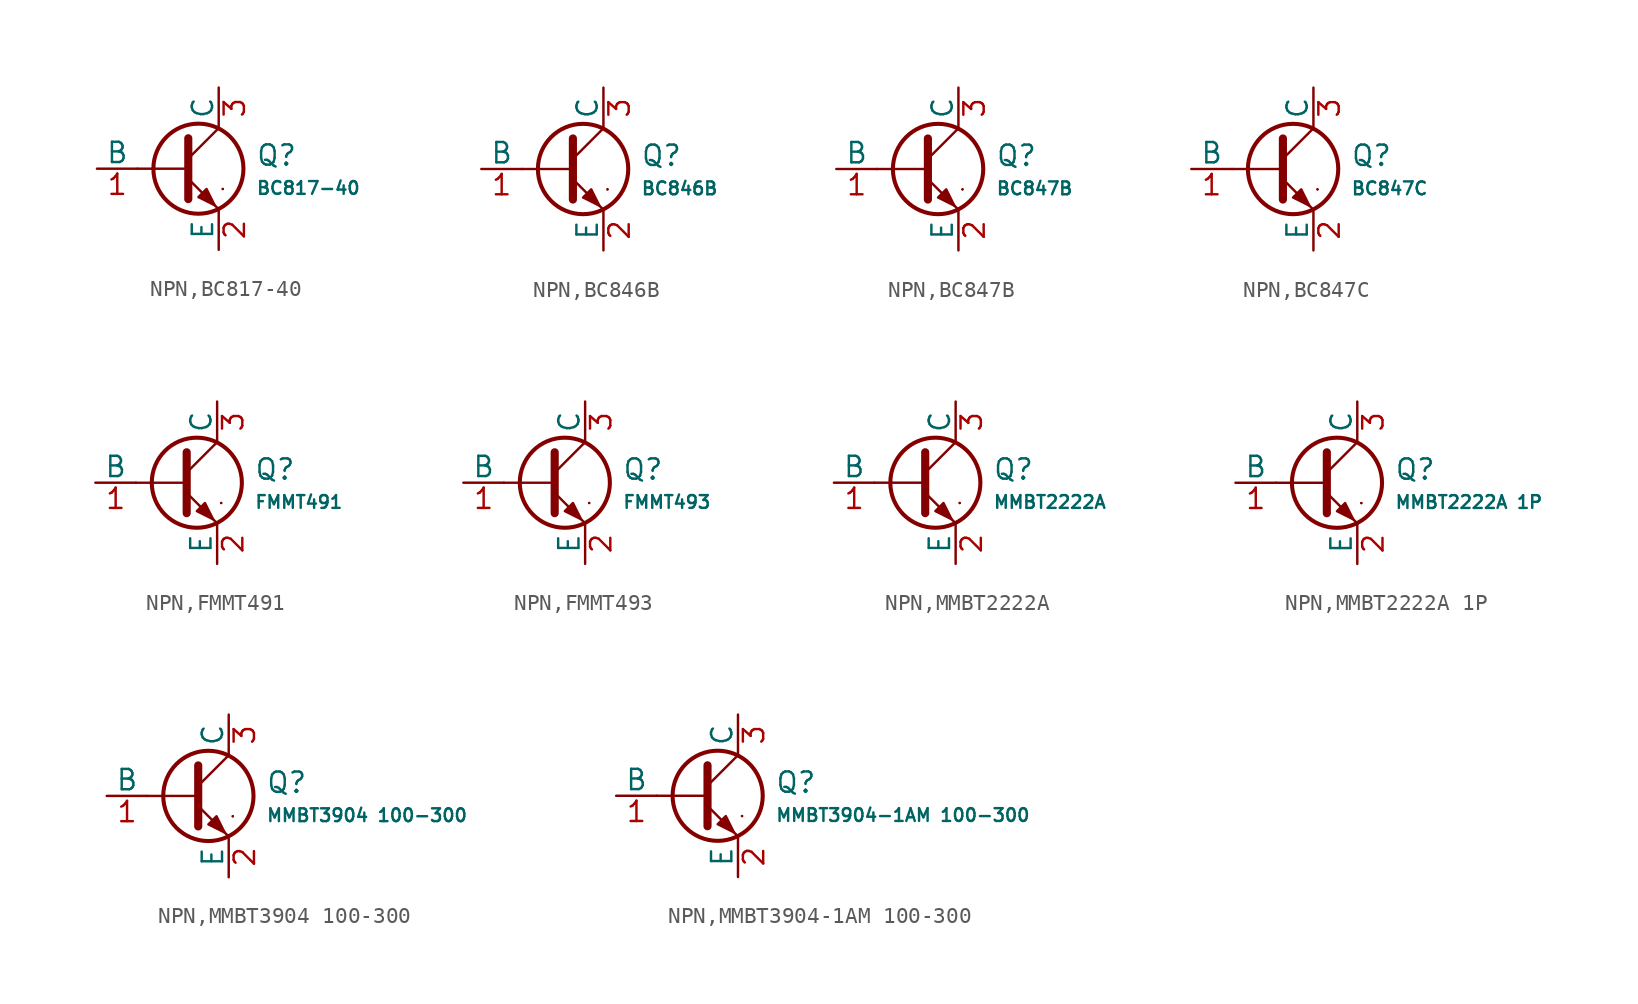
<source format=kicad_sym>
(kicad_symbol_lib
  (version 20231120)
  (generator "CDFER")
  (generator_version "8.0")
  (symbol "NPN,BC817-40"
    (pin_names
      (offset 0))
    (property "Reference" "Q"
      (at 4.851 0.834 0)
      (effects (font (size 1.27 1.27)) (justify left)))
    (property "Value" "BC817-40"
      (at 4.851 -1.212 0)
      (effects (font (size 0.8 0.8)) (justify left)))
    (symbol "NPN,BC817-40_0_1"
      (polyline (pts (xy -2.54 0) (xy 0.635 0)) (stroke (width 0.152) (type default)) (fill (type none)))
      (polyline (pts (xy 0.635 0.635) (xy 2.54 2.54)) (stroke (width 0) (type default)) (fill (type none)))
      (polyline (pts (xy 2.794 -1.27) (xy 2.794 -1.27)) (stroke (width 0.152) (type default)) (fill (type none)))
      (polyline (pts (xy 2.794 -1.27) (xy 2.794 -1.27)) (stroke (width 0.152) (type default)) (fill (type none)))
      (polyline (pts (xy 0.635 -0.635) (xy 2.54 -2.54) (xy 2.54 -2.54)) (stroke (width 0) (type default)) (fill (type none)))
      (polyline (pts (xy 0.635 1.905) (xy 0.635 -1.905) (xy 0.635 -1.905)) (stroke (width 0.508) (type default)) (fill (type none)))
      (polyline (pts (xy 1.27 -1.778) (xy 1.778 -1.27) (xy 2.286 -2.286) (xy 1.27 -1.778) (xy 1.27 -1.778)) (stroke (width 0) (type default)) (fill (type outline)))
      (circle (center 1.27 0) (radius 2.819) (stroke (width 0.254) (type default)) (fill (type none))))
    (symbol "NPN,BC817-40_1_1"
      (pin open_collector line (at 2.54 5.08 270) (length 2.54) (name "C" (effects (font (size 1.27 1.27)))) (number "3" (effects (font (size 1.27 1.27)))))
      (pin input line (at -5.08 0 0) (length 2.54) (name "B" (effects (font (size 1.27 1.27)))) (number "1" (effects (font (size 1.27 1.27)))))
      (pin open_emitter line (at 2.54 -5.08 90) (length 2.54) (name "E" (effects (font (size 1.27 1.27)))) (number "2" (effects (font (size 1.27 1.27)))))))
  (symbol "NPN,BC846B"
    (pin_names
      (offset 0))
    (property "Reference" "Q"
      (at 4.851 0.834 0)
      (effects (font (size 1.27 1.27)) (justify left)))
    (property "Value" "BC846B"
      (at 4.851 -1.212 0)
      (effects (font (size 0.8 0.8)) (justify left)))
    (symbol "NPN,BC846B_0_1"
      (polyline (pts (xy -2.54 0) (xy 0.635 0)) (stroke (width 0.152) (type default)) (fill (type none)))
      (polyline (pts (xy 0.635 0.635) (xy 2.54 2.54)) (stroke (width 0) (type default)) (fill (type none)))
      (polyline (pts (xy 2.794 -1.27) (xy 2.794 -1.27)) (stroke (width 0.152) (type default)) (fill (type none)))
      (polyline (pts (xy 2.794 -1.27) (xy 2.794 -1.27)) (stroke (width 0.152) (type default)) (fill (type none)))
      (polyline (pts (xy 0.635 -0.635) (xy 2.54 -2.54) (xy 2.54 -2.54)) (stroke (width 0) (type default)) (fill (type none)))
      (polyline (pts (xy 0.635 1.905) (xy 0.635 -1.905) (xy 0.635 -1.905)) (stroke (width 0.508) (type default)) (fill (type none)))
      (polyline (pts (xy 1.27 -1.778) (xy 1.778 -1.27) (xy 2.286 -2.286) (xy 1.27 -1.778) (xy 1.27 -1.778)) (stroke (width 0) (type default)) (fill (type outline)))
      (circle (center 1.27 0) (radius 2.819) (stroke (width 0.254) (type default)) (fill (type none))))
    (symbol "NPN,BC846B_1_1"
      (pin open_collector line (at 2.54 5.08 270) (length 2.54) (name "C" (effects (font (size 1.27 1.27)))) (number "3" (effects (font (size 1.27 1.27)))))
      (pin input line (at -5.08 0 0) (length 2.54) (name "B" (effects (font (size 1.27 1.27)))) (number "1" (effects (font (size 1.27 1.27)))))
      (pin open_emitter line (at 2.54 -5.08 90) (length 2.54) (name "E" (effects (font (size 1.27 1.27)))) (number "2" (effects (font (size 1.27 1.27)))))))
  (symbol "NPN,BC847B"
    (pin_names
      (offset 0))
    (property "Reference" "Q"
      (at 4.851 0.834 0)
      (effects (font (size 1.27 1.27)) (justify left)))
    (property "Value" "BC847B"
      (at 4.851 -1.212 0)
      (effects (font (size 0.8 0.8)) (justify left)))
    (symbol "NPN,BC847B_0_1"
      (polyline (pts (xy -2.54 0) (xy 0.635 0)) (stroke (width 0.152) (type default)) (fill (type none)))
      (polyline (pts (xy 0.635 0.635) (xy 2.54 2.54)) (stroke (width 0) (type default)) (fill (type none)))
      (polyline (pts (xy 2.794 -1.27) (xy 2.794 -1.27)) (stroke (width 0.152) (type default)) (fill (type none)))
      (polyline (pts (xy 2.794 -1.27) (xy 2.794 -1.27)) (stroke (width 0.152) (type default)) (fill (type none)))
      (polyline (pts (xy 0.635 -0.635) (xy 2.54 -2.54) (xy 2.54 -2.54)) (stroke (width 0) (type default)) (fill (type none)))
      (polyline (pts (xy 0.635 1.905) (xy 0.635 -1.905) (xy 0.635 -1.905)) (stroke (width 0.508) (type default)) (fill (type none)))
      (polyline (pts (xy 1.27 -1.778) (xy 1.778 -1.27) (xy 2.286 -2.286) (xy 1.27 -1.778) (xy 1.27 -1.778)) (stroke (width 0) (type default)) (fill (type outline)))
      (circle (center 1.27 0) (radius 2.819) (stroke (width 0.254) (type default)) (fill (type none))))
    (symbol "NPN,BC847B_1_1"
      (pin open_collector line (at 2.54 5.08 270) (length 2.54) (name "C" (effects (font (size 1.27 1.27)))) (number "3" (effects (font (size 1.27 1.27)))))
      (pin input line (at -5.08 0 0) (length 2.54) (name "B" (effects (font (size 1.27 1.27)))) (number "1" (effects (font (size 1.27 1.27)))))
      (pin open_emitter line (at 2.54 -5.08 90) (length 2.54) (name "E" (effects (font (size 1.27 1.27)))) (number "2" (effects (font (size 1.27 1.27)))))))
  (symbol "NPN,BC847C"
    (pin_names
      (offset 0))
    (property "Reference" "Q"
      (at 4.851 0.834 0)
      (effects (font (size 1.27 1.27)) (justify left)))
    (property "Value" "BC847C"
      (at 4.851 -1.212 0)
      (effects (font (size 0.8 0.8)) (justify left)))
    (symbol "NPN,BC847C_0_1"
      (polyline (pts (xy -2.54 0) (xy 0.635 0)) (stroke (width 0.152) (type default)) (fill (type none)))
      (polyline (pts (xy 0.635 0.635) (xy 2.54 2.54)) (stroke (width 0) (type default)) (fill (type none)))
      (polyline (pts (xy 2.794 -1.27) (xy 2.794 -1.27)) (stroke (width 0.152) (type default)) (fill (type none)))
      (polyline (pts (xy 2.794 -1.27) (xy 2.794 -1.27)) (stroke (width 0.152) (type default)) (fill (type none)))
      (polyline (pts (xy 0.635 -0.635) (xy 2.54 -2.54) (xy 2.54 -2.54)) (stroke (width 0) (type default)) (fill (type none)))
      (polyline (pts (xy 0.635 1.905) (xy 0.635 -1.905) (xy 0.635 -1.905)) (stroke (width 0.508) (type default)) (fill (type none)))
      (polyline (pts (xy 1.27 -1.778) (xy 1.778 -1.27) (xy 2.286 -2.286) (xy 1.27 -1.778) (xy 1.27 -1.778)) (stroke (width 0) (type default)) (fill (type outline)))
      (circle (center 1.27 0) (radius 2.819) (stroke (width 0.254) (type default)) (fill (type none))))
    (symbol "NPN,BC847C_1_1"
      (pin open_collector line (at 2.54 5.08 270) (length 2.54) (name "C" (effects (font (size 1.27 1.27)))) (number "3" (effects (font (size 1.27 1.27)))))
      (pin input line (at -5.08 0 0) (length 2.54) (name "B" (effects (font (size 1.27 1.27)))) (number "1" (effects (font (size 1.27 1.27)))))
      (pin open_emitter line (at 2.54 -5.08 90) (length 2.54) (name "E" (effects (font (size 1.27 1.27)))) (number "2" (effects (font (size 1.27 1.27)))))))
  (symbol "NPN,FMMT491"
    (pin_names
      (offset 0))
    (property "Reference" "Q"
      (at 4.851 0.834 0)
      (effects (font (size 1.27 1.27)) (justify left)))
    (property "Value" "FMMT491"
      (at 4.851 -1.212 0)
      (effects (font (size 0.8 0.8)) (justify left)))
    (symbol "NPN,FMMT491_0_1"
      (polyline (pts (xy -2.54 0) (xy 0.635 0)) (stroke (width 0.152) (type default)) (fill (type none)))
      (polyline (pts (xy 0.635 0.635) (xy 2.54 2.54)) (stroke (width 0) (type default)) (fill (type none)))
      (polyline (pts (xy 2.794 -1.27) (xy 2.794 -1.27)) (stroke (width 0.152) (type default)) (fill (type none)))
      (polyline (pts (xy 2.794 -1.27) (xy 2.794 -1.27)) (stroke (width 0.152) (type default)) (fill (type none)))
      (polyline (pts (xy 0.635 -0.635) (xy 2.54 -2.54) (xy 2.54 -2.54)) (stroke (width 0) (type default)) (fill (type none)))
      (polyline (pts (xy 0.635 1.905) (xy 0.635 -1.905) (xy 0.635 -1.905)) (stroke (width 0.508) (type default)) (fill (type none)))
      (polyline (pts (xy 1.27 -1.778) (xy 1.778 -1.27) (xy 2.286 -2.286) (xy 1.27 -1.778) (xy 1.27 -1.778)) (stroke (width 0) (type default)) (fill (type outline)))
      (circle (center 1.27 0) (radius 2.819) (stroke (width 0.254) (type default)) (fill (type none))))
    (symbol "NPN,FMMT491_1_1"
      (pin open_collector line (at 2.54 5.08 270) (length 2.54) (name "C" (effects (font (size 1.27 1.27)))) (number "3" (effects (font (size 1.27 1.27)))))
      (pin input line (at -5.08 0 0) (length 2.54) (name "B" (effects (font (size 1.27 1.27)))) (number "1" (effects (font (size 1.27 1.27)))))
      (pin open_emitter line (at 2.54 -5.08 90) (length 2.54) (name "E" (effects (font (size 1.27 1.27)))) (number "2" (effects (font (size 1.27 1.27)))))))
  (symbol "NPN,FMMT493"
    (pin_names
      (offset 0))
    (property "Reference" "Q"
      (at 4.851 0.834 0)
      (effects (font (size 1.27 1.27)) (justify left)))
    (property "Value" "FMMT493"
      (at 4.851 -1.212 0)
      (effects (font (size 0.8 0.8)) (justify left)))
    (symbol "NPN,FMMT493_0_1"
      (polyline (pts (xy -2.54 0) (xy 0.635 0)) (stroke (width 0.152) (type default)) (fill (type none)))
      (polyline (pts (xy 0.635 0.635) (xy 2.54 2.54)) (stroke (width 0) (type default)) (fill (type none)))
      (polyline (pts (xy 2.794 -1.27) (xy 2.794 -1.27)) (stroke (width 0.152) (type default)) (fill (type none)))
      (polyline (pts (xy 2.794 -1.27) (xy 2.794 -1.27)) (stroke (width 0.152) (type default)) (fill (type none)))
      (polyline (pts (xy 0.635 -0.635) (xy 2.54 -2.54) (xy 2.54 -2.54)) (stroke (width 0) (type default)) (fill (type none)))
      (polyline (pts (xy 0.635 1.905) (xy 0.635 -1.905) (xy 0.635 -1.905)) (stroke (width 0.508) (type default)) (fill (type none)))
      (polyline (pts (xy 1.27 -1.778) (xy 1.778 -1.27) (xy 2.286 -2.286) (xy 1.27 -1.778) (xy 1.27 -1.778)) (stroke (width 0) (type default)) (fill (type outline)))
      (circle (center 1.27 0) (radius 2.819) (stroke (width 0.254) (type default)) (fill (type none))))
    (symbol "NPN,FMMT493_1_1"
      (pin open_collector line (at 2.54 5.08 270) (length 2.54) (name "C" (effects (font (size 1.27 1.27)))) (number "3" (effects (font (size 1.27 1.27)))))
      (pin input line (at -5.08 0 0) (length 2.54) (name "B" (effects (font (size 1.27 1.27)))) (number "1" (effects (font (size 1.27 1.27)))))
      (pin open_emitter line (at 2.54 -5.08 90) (length 2.54) (name "E" (effects (font (size 1.27 1.27)))) (number "2" (effects (font (size 1.27 1.27)))))))
  (symbol "NPN,MMBT2222A"
    (pin_names
      (offset 0))
    (property "Reference" "Q"
      (at 4.851 0.834 0)
      (effects (font (size 1.27 1.27)) (justify left)))
    (property "Value" "MMBT2222A"
      (at 4.851 -1.212 0)
      (effects (font (size 0.8 0.8)) (justify left)))
    (symbol "NPN,MMBT2222A_0_1"
      (polyline (pts (xy -2.54 0) (xy 0.635 0)) (stroke (width 0.152) (type default)) (fill (type none)))
      (polyline (pts (xy 0.635 0.635) (xy 2.54 2.54)) (stroke (width 0) (type default)) (fill (type none)))
      (polyline (pts (xy 2.794 -1.27) (xy 2.794 -1.27)) (stroke (width 0.152) (type default)) (fill (type none)))
      (polyline (pts (xy 2.794 -1.27) (xy 2.794 -1.27)) (stroke (width 0.152) (type default)) (fill (type none)))
      (polyline (pts (xy 0.635 -0.635) (xy 2.54 -2.54) (xy 2.54 -2.54)) (stroke (width 0) (type default)) (fill (type none)))
      (polyline (pts (xy 0.635 1.905) (xy 0.635 -1.905) (xy 0.635 -1.905)) (stroke (width 0.508) (type default)) (fill (type none)))
      (polyline (pts (xy 1.27 -1.778) (xy 1.778 -1.27) (xy 2.286 -2.286) (xy 1.27 -1.778) (xy 1.27 -1.778)) (stroke (width 0) (type default)) (fill (type outline)))
      (circle (center 1.27 0) (radius 2.819) (stroke (width 0.254) (type default)) (fill (type none))))
    (symbol "NPN,MMBT2222A_1_1"
      (pin open_collector line (at 2.54 5.08 270) (length 2.54) (name "C" (effects (font (size 1.27 1.27)))) (number "3" (effects (font (size 1.27 1.27)))))
      (pin input line (at -5.08 0 0) (length 2.54) (name "B" (effects (font (size 1.27 1.27)))) (number "1" (effects (font (size 1.27 1.27)))))
      (pin open_emitter line (at 2.54 -5.08 90) (length 2.54) (name "E" (effects (font (size 1.27 1.27)))) (number "2" (effects (font (size 1.27 1.27)))))))
  (symbol "NPN,MMBT2222A 1P"
    (pin_names
      (offset 0))
    (property "Reference" "Q"
      (at 4.851 0.834 0)
      (effects (font (size 1.27 1.27)) (justify left)))
    (property "Value" "MMBT2222A 1P"
      (at 4.851 -1.212 0)
      (effects (font (size 0.8 0.8)) (justify left)))
    (symbol "NPN,MMBT2222A 1P_0_1"
      (polyline (pts (xy -2.54 0) (xy 0.635 0)) (stroke (width 0.152) (type default)) (fill (type none)))
      (polyline (pts (xy 0.635 0.635) (xy 2.54 2.54)) (stroke (width 0) (type default)) (fill (type none)))
      (polyline (pts (xy 2.794 -1.27) (xy 2.794 -1.27)) (stroke (width 0.152) (type default)) (fill (type none)))
      (polyline (pts (xy 2.794 -1.27) (xy 2.794 -1.27)) (stroke (width 0.152) (type default)) (fill (type none)))
      (polyline (pts (xy 0.635 -0.635) (xy 2.54 -2.54) (xy 2.54 -2.54)) (stroke (width 0) (type default)) (fill (type none)))
      (polyline (pts (xy 0.635 1.905) (xy 0.635 -1.905) (xy 0.635 -1.905)) (stroke (width 0.508) (type default)) (fill (type none)))
      (polyline (pts (xy 1.27 -1.778) (xy 1.778 -1.27) (xy 2.286 -2.286) (xy 1.27 -1.778) (xy 1.27 -1.778)) (stroke (width 0) (type default)) (fill (type outline)))
      (circle (center 1.27 0) (radius 2.819) (stroke (width 0.254) (type default)) (fill (type none))))
    (symbol "NPN,MMBT2222A 1P_1_1"
      (pin open_collector line (at 2.54 5.08 270) (length 2.54) (name "C" (effects (font (size 1.27 1.27)))) (number "3" (effects (font (size 1.27 1.27)))))
      (pin input line (at -5.08 0 0) (length 2.54) (name "B" (effects (font (size 1.27 1.27)))) (number "1" (effects (font (size 1.27 1.27)))))
      (pin open_emitter line (at 2.54 -5.08 90) (length 2.54) (name "E" (effects (font (size 1.27 1.27)))) (number "2" (effects (font (size 1.27 1.27)))))))
  (symbol "NPN,MMBT3904 100-300"
    (pin_names
      (offset 0))
    (property "Reference" "Q"
      (at 4.851 0.834 0)
      (effects (font (size 1.27 1.27)) (justify left)))
    (property "Value" "MMBT3904 100-300"
      (at 4.851 -1.212 0)
      (effects (font (size 0.8 0.8)) (justify left)))
    (symbol "NPN,MMBT3904 100-300_0_1"
      (polyline (pts (xy -2.54 0) (xy 0.635 0)) (stroke (width 0.152) (type default)) (fill (type none)))
      (polyline (pts (xy 0.635 0.635) (xy 2.54 2.54)) (stroke (width 0) (type default)) (fill (type none)))
      (polyline (pts (xy 2.794 -1.27) (xy 2.794 -1.27)) (stroke (width 0.152) (type default)) (fill (type none)))
      (polyline (pts (xy 2.794 -1.27) (xy 2.794 -1.27)) (stroke (width 0.152) (type default)) (fill (type none)))
      (polyline (pts (xy 0.635 -0.635) (xy 2.54 -2.54) (xy 2.54 -2.54)) (stroke (width 0) (type default)) (fill (type none)))
      (polyline (pts (xy 0.635 1.905) (xy 0.635 -1.905) (xy 0.635 -1.905)) (stroke (width 0.508) (type default)) (fill (type none)))
      (polyline (pts (xy 1.27 -1.778) (xy 1.778 -1.27) (xy 2.286 -2.286) (xy 1.27 -1.778) (xy 1.27 -1.778)) (stroke (width 0) (type default)) (fill (type outline)))
      (circle (center 1.27 0) (radius 2.819) (stroke (width 0.254) (type default)) (fill (type none))))
    (symbol "NPN,MMBT3904 100-300_1_1"
      (pin open_collector line (at 2.54 5.08 270) (length 2.54) (name "C" (effects (font (size 1.27 1.27)))) (number "3" (effects (font (size 1.27 1.27)))))
      (pin input line (at -5.08 0 0) (length 2.54) (name "B" (effects (font (size 1.27 1.27)))) (number "1" (effects (font (size 1.27 1.27)))))
      (pin open_emitter line (at 2.54 -5.08 90) (length 2.54) (name "E" (effects (font (size 1.27 1.27)))) (number "2" (effects (font (size 1.27 1.27)))))))
  (symbol "NPN,MMBT3904-1AM 100-300"
    (pin_names
      (offset 0))
    (property "Reference" "Q"
      (at 4.851 0.834 0)
      (effects (font (size 1.27 1.27)) (justify left)))
    (property "Value" "MMBT3904-1AM 100-300"
      (at 4.851 -1.212 0)
      (effects (font (size 0.8 0.8)) (justify left)))
    (symbol "NPN,MMBT3904-1AM 100-300_0_1"
      (polyline (pts (xy -2.54 0) (xy 0.635 0)) (stroke (width 0.152) (type default)) (fill (type none)))
      (polyline (pts (xy 0.635 0.635) (xy 2.54 2.54)) (stroke (width 0) (type default)) (fill (type none)))
      (polyline (pts (xy 2.794 -1.27) (xy 2.794 -1.27)) (stroke (width 0.152) (type default)) (fill (type none)))
      (polyline (pts (xy 2.794 -1.27) (xy 2.794 -1.27)) (stroke (width 0.152) (type default)) (fill (type none)))
      (polyline (pts (xy 0.635 -0.635) (xy 2.54 -2.54) (xy 2.54 -2.54)) (stroke (width 0) (type default)) (fill (type none)))
      (polyline (pts (xy 0.635 1.905) (xy 0.635 -1.905) (xy 0.635 -1.905)) (stroke (width 0.508) (type default)) (fill (type none)))
      (polyline (pts (xy 1.27 -1.778) (xy 1.778 -1.27) (xy 2.286 -2.286) (xy 1.27 -1.778) (xy 1.27 -1.778)) (stroke (width 0) (type default)) (fill (type outline)))
      (circle (center 1.27 0) (radius 2.819) (stroke (width 0.254) (type default)) (fill (type none))))
    (symbol "NPN,MMBT3904-1AM 100-300_1_1"
      (pin open_collector line (at 2.54 5.08 270) (length 2.54) (name "C" (effects (font (size 1.27 1.27)))) (number "3" (effects (font (size 1.27 1.27)))))
      (pin input line (at -5.08 0 0) (length 2.54) (name "B" (effects (font (size 1.27 1.27)))) (number "1" (effects (font (size 1.27 1.27)))))
      (pin open_emitter line (at 2.54 -5.08 90) (length 2.54) (name "E" (effects (font (size 1.27 1.27)))) (number "2" (effects (font (size 1.27 1.27))))))))
</source>
